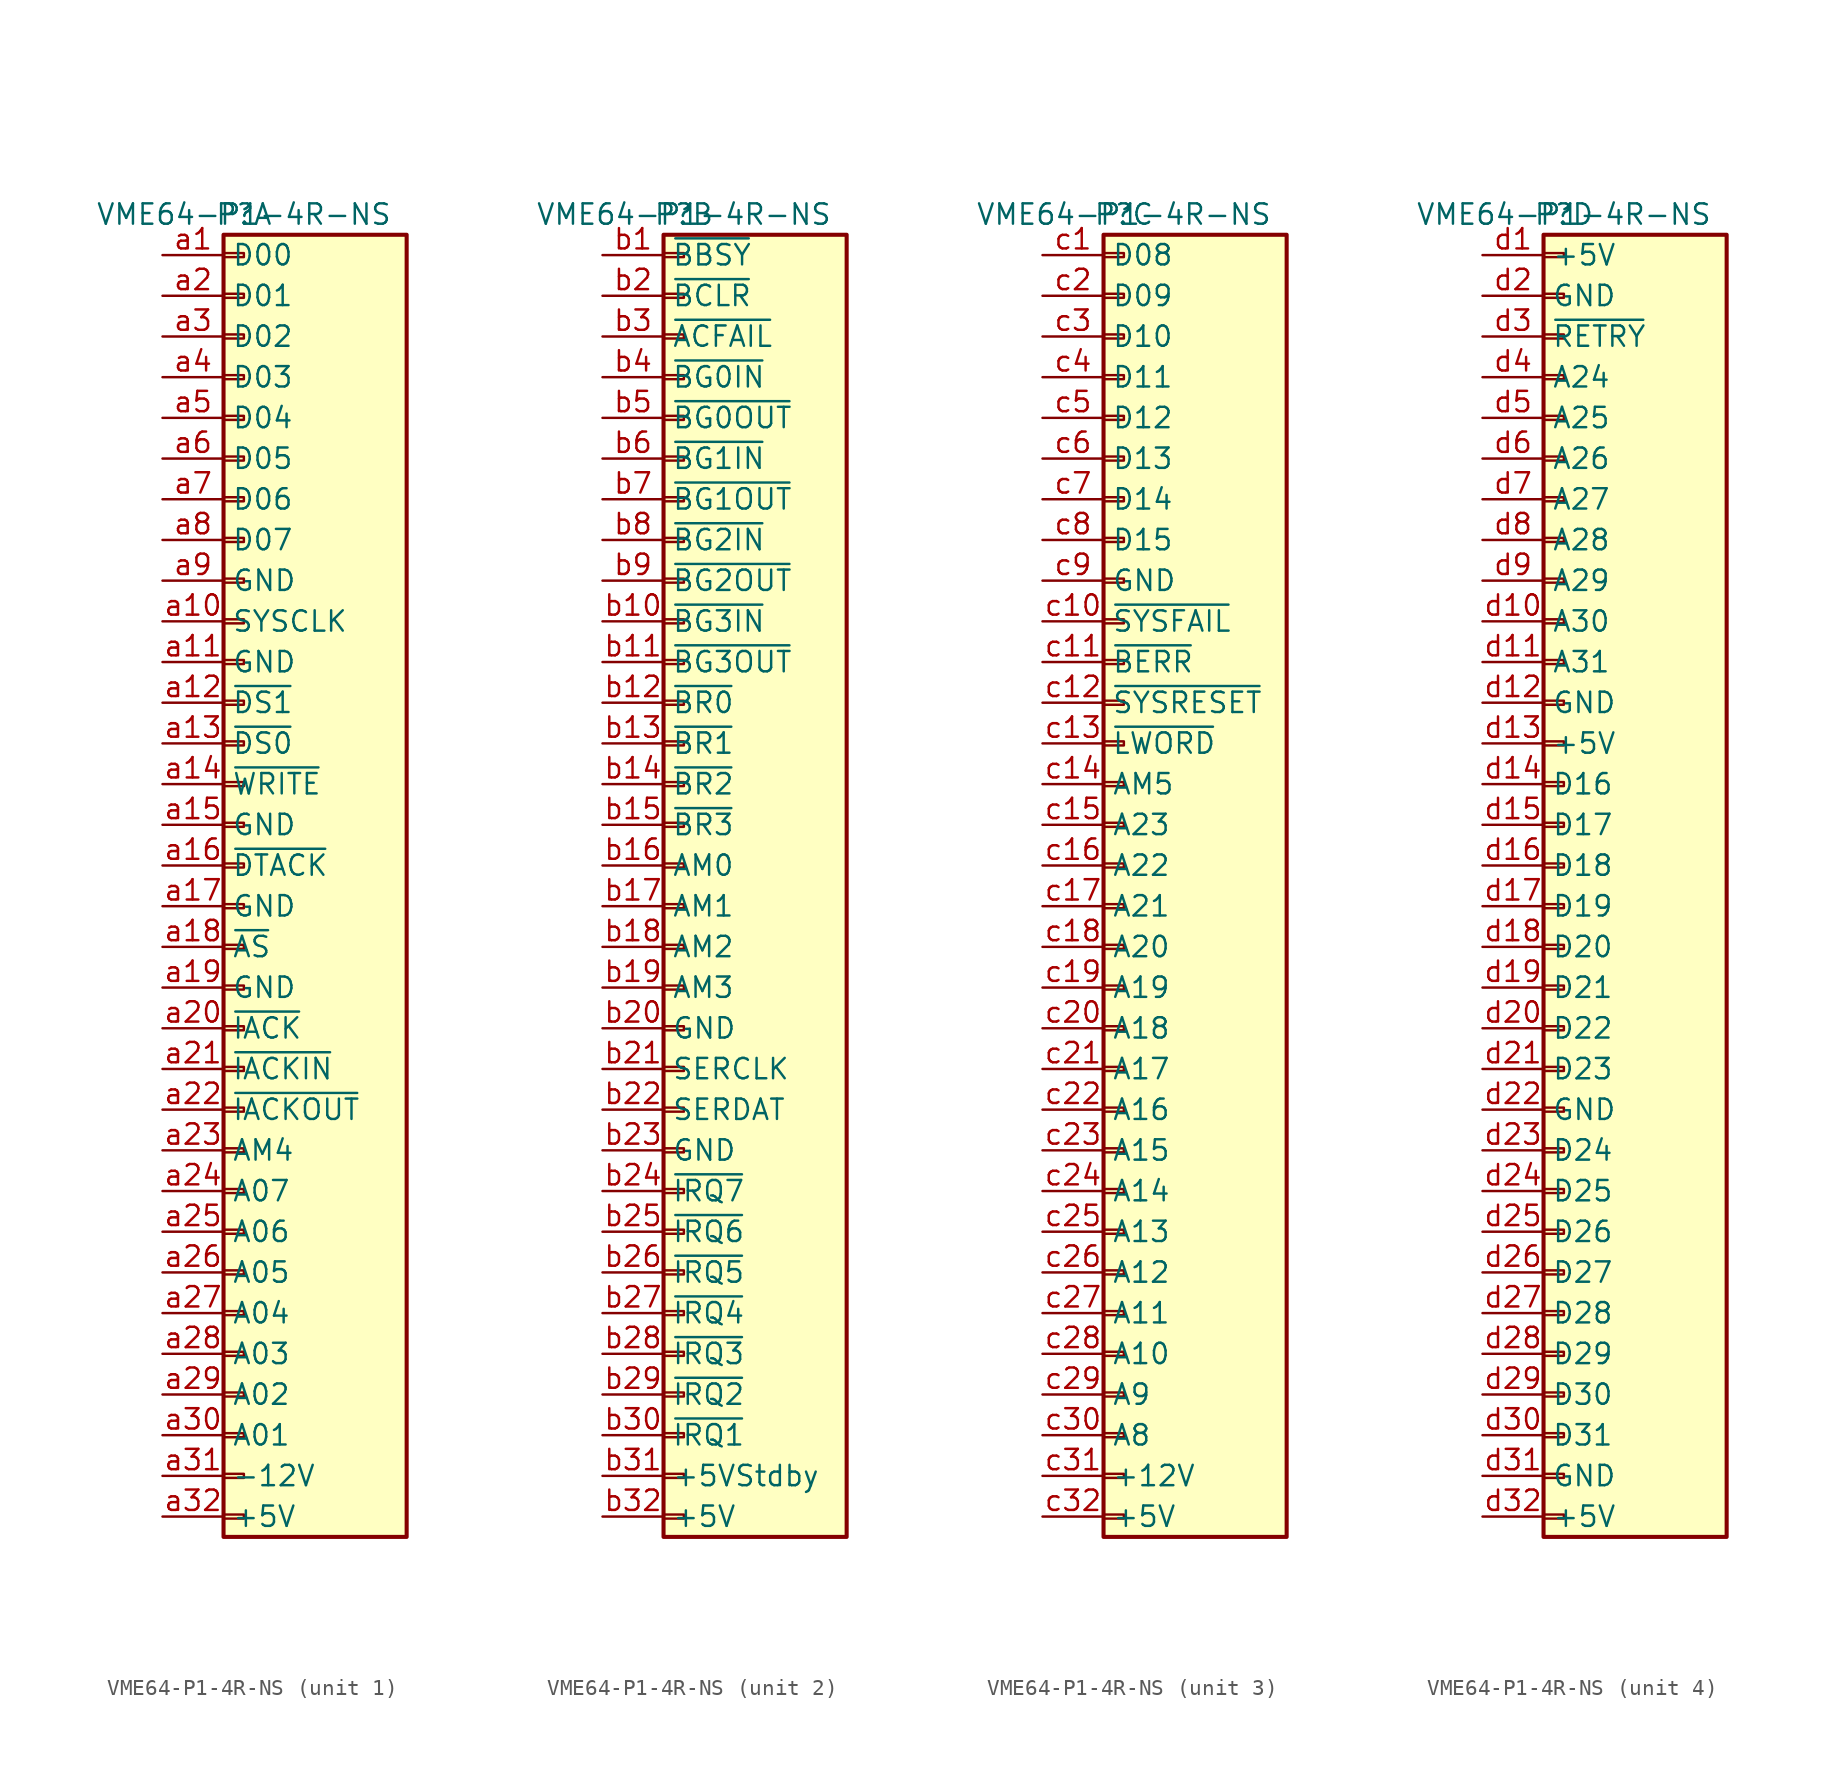
<source format=kicad_sym>
(kicad_symbol_lib
  (version 20231120)
  (generator "kicad_symbol_editor")
  (generator_version "8.0")
  (symbol "VME64-P1-4R-NS"
    (property "Reference" "P"
      (at 0 40.64 0)
      (effects (font (size 1.27 1.27))))
    (property "Value" "VME64-P1-4R-NS"
      (at 0 40.64 0)
      (effects (font (size 1.27 1.27))))
    (property "ki_locked" ""
      (at 0 0 0)
      (effects (font (size 1.27 1.27))))
    (symbol "VME64-P1-4R-NS_1_1"
      (rectangle (start -1.27 -40.513) (end 0 -40.767) (stroke (width 0.152) (type default)) (fill (type none)))
      (rectangle (start -1.27 -37.973) (end 0 -38.227) (stroke (width 0.152) (type default)) (fill (type none)))
      (rectangle (start -1.27 -35.433) (end 0 -35.687) (stroke (width 0.152) (type default)) (fill (type none)))
      (rectangle (start -1.27 -32.893) (end 0 -33.147) (stroke (width 0.152) (type default)) (fill (type none)))
      (rectangle (start -1.27 -30.353) (end 0 -30.607) (stroke (width 0.152) (type default)) (fill (type none)))
      (rectangle (start -1.27 -27.813) (end 0 -28.067) (stroke (width 0.152) (type default)) (fill (type none)))
      (rectangle (start -1.27 -25.273) (end 0 -25.527) (stroke (width 0.152) (type default)) (fill (type none)))
      (rectangle (start -1.27 -22.733) (end 0 -22.987) (stroke (width 0.152) (type default)) (fill (type none)))
      (rectangle (start -1.27 -20.193) (end 0 -20.447) (stroke (width 0.152) (type default)) (fill (type none)))
      (rectangle (start -1.27 -17.653) (end 0 -17.907) (stroke (width 0.152) (type default)) (fill (type none)))
      (rectangle (start -1.27 -15.113) (end 0 -15.367) (stroke (width 0.152) (type default)) (fill (type none)))
      (rectangle (start -1.27 -12.573) (end 0 -12.827) (stroke (width 0.152) (type default)) (fill (type none)))
      (rectangle (start -1.27 -10.033) (end 0 -10.287) (stroke (width 0.152) (type default)) (fill (type none)))
      (rectangle (start -1.27 -7.493) (end 0 -7.747) (stroke (width 0.152) (type default)) (fill (type none)))
      (rectangle (start -1.27 -4.953) (end 0 -5.207) (stroke (width 0.152) (type default)) (fill (type none)))
      (rectangle (start -1.27 -2.413) (end 0 -2.667) (stroke (width 0.152) (type default)) (fill (type none)))
      (rectangle (start -1.27 0.127) (end 0 -0.127) (stroke (width 0.152) (type default)) (fill (type none)))
      (rectangle (start -1.27 2.667) (end 0 2.413) (stroke (width 0.152) (type default)) (fill (type none)))
      (rectangle (start -1.27 5.207) (end 0 4.953) (stroke (width 0.152) (type default)) (fill (type none)))
      (rectangle (start -1.27 7.747) (end 0 7.493) (stroke (width 0.152) (type default)) (fill (type none)))
      (rectangle (start -1.27 10.287) (end 0 10.033) (stroke (width 0.152) (type default)) (fill (type none)))
      (rectangle (start -1.27 12.827) (end 0 12.573) (stroke (width 0.152) (type default)) (fill (type none)))
      (rectangle (start -1.27 15.367) (end 0 15.113) (stroke (width 0.152) (type default)) (fill (type none)))
      (rectangle (start -1.27 17.907) (end 0 17.653) (stroke (width 0.152) (type default)) (fill (type none)))
      (rectangle (start -1.27 20.447) (end 0 20.193) (stroke (width 0.152) (type default)) (fill (type none)))
      (rectangle (start -1.27 22.987) (end 0 22.733) (stroke (width 0.152) (type default)) (fill (type none)))
      (rectangle (start -1.27 25.527) (end 0 25.273) (stroke (width 0.152) (type default)) (fill (type none)))
      (rectangle (start -1.27 28.067) (end 0 27.813) (stroke (width 0.152) (type default)) (fill (type none)))
      (rectangle (start -1.27 30.607) (end 0 30.353) (stroke (width 0.152) (type default)) (fill (type none)))
      (rectangle (start -1.27 33.147) (end 0 32.893) (stroke (width 0.152) (type default)) (fill (type none)))
      (rectangle (start -1.27 35.687) (end 0 35.433) (stroke (width 0.152) (type default)) (fill (type none)))
      (rectangle (start -1.27 38.227) (end 0 37.973) (stroke (width 0.152) (type default)) (fill (type none)))
      (rectangle (start -1.27 39.37) (end 10.16 -41.91) (stroke (width 0.254) (type default)) (fill (type background)))
      (pin bidirectional line (at -5.08 38.1 0) (length 3.81) (name "D00" (effects (font (size 1.27 1.27)))) (number "a1" (effects (font (size 1.27 1.27)))))
      (pin output line (at -5.08 15.24 0) (length 3.81) (name "SYSCLK" (effects (font (size 1.27 1.27)))) (number "a10" (effects (font (size 1.27 1.27)))))
      (pin power_in line (at -5.08 12.7 0) (length 3.81) (name "GND" (effects (font (size 1.27 1.27)))) (number "a11" (effects (font (size 1.27 1.27)))))
      (pin bidirectional line (at -5.08 10.16 0) (length 3.81) (name "~{DS1}" (effects (font (size 1.27 1.27)))) (number "a12" (effects (font (size 1.27 1.27)))))
      (pin bidirectional line (at -5.08 7.62 0) (length 3.81) (name "~{DS0}" (effects (font (size 1.27 1.27)))) (number "a13" (effects (font (size 1.27 1.27)))))
      (pin bidirectional line (at -5.08 5.08 0) (length 3.81) (name "~{WRITE}" (effects (font (size 1.27 1.27)))) (number "a14" (effects (font (size 1.27 1.27)))))
      (pin power_in line (at -5.08 2.54 0) (length 3.81) (name "GND" (effects (font (size 1.27 1.27)))) (number "a15" (effects (font (size 1.27 1.27)))))
      (pin bidirectional line (at -5.08 0 0) (length 3.81) (name "~{DTACK}" (effects (font (size 1.27 1.27)))) (number "a16" (effects (font (size 1.27 1.27)))))
      (pin power_in line (at -5.08 -2.54 0) (length 3.81) (name "GND" (effects (font (size 1.27 1.27)))) (number "a17" (effects (font (size 1.27 1.27)))))
      (pin bidirectional line (at -5.08 -5.08 0) (length 3.81) (name "~{AS}" (effects (font (size 1.27 1.27)))) (number "a18" (effects (font (size 1.27 1.27)))))
      (pin power_in line (at -5.08 -7.62 0) (length 3.81) (name "GND" (effects (font (size 1.27 1.27)))) (number "a19" (effects (font (size 1.27 1.27)))))
      (pin bidirectional line (at -5.08 35.56 0) (length 3.81) (name "D01" (effects (font (size 1.27 1.27)))) (number "a2" (effects (font (size 1.27 1.27)))))
      (pin bidirectional line (at -5.08 -10.16 0) (length 3.81) (name "~{IACK}" (effects (font (size 1.27 1.27)))) (number "a20" (effects (font (size 1.27 1.27)))))
      (pin input line (at -5.08 -12.7 0) (length 3.81) (name "~{IACKIN}" (effects (font (size 1.27 1.27)))) (number "a21" (effects (font (size 1.27 1.27)))))
      (pin output line (at -5.08 -15.24 0) (length 3.81) (name "~{IACKOUT}" (effects (font (size 1.27 1.27)))) (number "a22" (effects (font (size 1.27 1.27)))))
      (pin bidirectional line (at -5.08 -17.78 0) (length 3.81) (name "AM4" (effects (font (size 1.27 1.27)))) (number "a23" (effects (font (size 1.27 1.27)))))
      (pin bidirectional line (at -5.08 -20.32 0) (length 3.81) (name "A07" (effects (font (size 1.27 1.27)))) (number "a24" (effects (font (size 1.27 1.27)))))
      (pin bidirectional line (at -5.08 -22.86 0) (length 3.81) (name "A06" (effects (font (size 1.27 1.27)))) (number "a25" (effects (font (size 1.27 1.27)))))
      (pin bidirectional line (at -5.08 -25.4 0) (length 3.81) (name "A05" (effects (font (size 1.27 1.27)))) (number "a26" (effects (font (size 1.27 1.27)))))
      (pin bidirectional line (at -5.08 -27.94 0) (length 3.81) (name "A04" (effects (font (size 1.27 1.27)))) (number "a27" (effects (font (size 1.27 1.27)))))
      (pin bidirectional line (at -5.08 -30.48 0) (length 3.81) (name "A03" (effects (font (size 1.27 1.27)))) (number "a28" (effects (font (size 1.27 1.27)))))
      (pin bidirectional line (at -5.08 -33.02 0) (length 3.81) (name "A02" (effects (font (size 1.27 1.27)))) (number "a29" (effects (font (size 1.27 1.27)))))
      (pin bidirectional line (at -5.08 33.02 0) (length 3.81) (name "D02" (effects (font (size 1.27 1.27)))) (number "a3" (effects (font (size 1.27 1.27)))))
      (pin bidirectional line (at -5.08 -35.56 0) (length 3.81) (name "A01" (effects (font (size 1.27 1.27)))) (number "a30" (effects (font (size 1.27 1.27)))))
      (pin power_in line (at -5.08 -38.1 0) (length 3.81) (name "-12V" (effects (font (size 1.27 1.27)))) (number "a31" (effects (font (size 1.27 1.27)))))
      (pin power_in line (at -5.08 -40.64 0) (length 3.81) (name "+5V" (effects (font (size 1.27 1.27)))) (number "a32" (effects (font (size 1.27 1.27)))))
      (pin bidirectional line (at -5.08 30.48 0) (length 3.81) (name "D03" (effects (font (size 1.27 1.27)))) (number "a4" (effects (font (size 1.27 1.27)))))
      (pin bidirectional line (at -5.08 27.94 0) (length 3.81) (name "D04" (effects (font (size 1.27 1.27)))) (number "a5" (effects (font (size 1.27 1.27)))))
      (pin bidirectional line (at -5.08 25.4 0) (length 3.81) (name "D05" (effects (font (size 1.27 1.27)))) (number "a6" (effects (font (size 1.27 1.27)))))
      (pin bidirectional line (at -5.08 22.86 0) (length 3.81) (name "D06" (effects (font (size 1.27 1.27)))) (number "a7" (effects (font (size 1.27 1.27)))))
      (pin bidirectional line (at -5.08 20.32 0) (length 3.81) (name "D07" (effects (font (size 1.27 1.27)))) (number "a8" (effects (font (size 1.27 1.27)))))
      (pin power_in line (at -5.08 17.78 0) (length 3.81) (name "GND" (effects (font (size 1.27 1.27)))) (number "a9" (effects (font (size 1.27 1.27))))))
    (symbol "VME64-P1-4R-NS_2_1"
      (rectangle (start -1.27 -40.513) (end 0 -40.767) (stroke (width 0.152) (type default)) (fill (type none)))
      (rectangle (start -1.27 -37.973) (end 0 -38.227) (stroke (width 0.152) (type default)) (fill (type none)))
      (rectangle (start -1.27 -35.433) (end 0 -35.687) (stroke (width 0.152) (type default)) (fill (type none)))
      (rectangle (start -1.27 -32.893) (end 0 -33.147) (stroke (width 0.152) (type default)) (fill (type none)))
      (rectangle (start -1.27 -30.353) (end 0 -30.607) (stroke (width 0.152) (type default)) (fill (type none)))
      (rectangle (start -1.27 -27.813) (end 0 -28.067) (stroke (width 0.152) (type default)) (fill (type none)))
      (rectangle (start -1.27 -25.273) (end 0 -25.527) (stroke (width 0.152) (type default)) (fill (type none)))
      (rectangle (start -1.27 -22.733) (end 0 -22.987) (stroke (width 0.152) (type default)) (fill (type none)))
      (rectangle (start -1.27 -20.193) (end 0 -20.447) (stroke (width 0.152) (type default)) (fill (type none)))
      (rectangle (start -1.27 -17.653) (end 0 -17.907) (stroke (width 0.152) (type default)) (fill (type none)))
      (rectangle (start -1.27 -15.113) (end 0 -15.367) (stroke (width 0.152) (type default)) (fill (type none)))
      (rectangle (start -1.27 -12.573) (end 0 -12.827) (stroke (width 0.152) (type default)) (fill (type none)))
      (rectangle (start -1.27 -10.033) (end 0 -10.287) (stroke (width 0.152) (type default)) (fill (type none)))
      (rectangle (start -1.27 -7.493) (end 0 -7.747) (stroke (width 0.152) (type default)) (fill (type none)))
      (rectangle (start -1.27 -4.953) (end 0 -5.207) (stroke (width 0.152) (type default)) (fill (type none)))
      (rectangle (start -1.27 -2.413) (end 0 -2.667) (stroke (width 0.152) (type default)) (fill (type none)))
      (rectangle (start -1.27 0.127) (end 0 -0.127) (stroke (width 0.152) (type default)) (fill (type none)))
      (rectangle (start -1.27 2.667) (end 0 2.413) (stroke (width 0.152) (type default)) (fill (type none)))
      (rectangle (start -1.27 5.207) (end 0 4.953) (stroke (width 0.152) (type default)) (fill (type none)))
      (rectangle (start -1.27 7.747) (end 0 7.493) (stroke (width 0.152) (type default)) (fill (type none)))
      (rectangle (start -1.27 10.287) (end 0 10.033) (stroke (width 0.152) (type default)) (fill (type none)))
      (rectangle (start -1.27 12.827) (end 0 12.573) (stroke (width 0.152) (type default)) (fill (type none)))
      (rectangle (start -1.27 15.367) (end 0 15.113) (stroke (width 0.152) (type default)) (fill (type none)))
      (rectangle (start -1.27 17.907) (end 0 17.653) (stroke (width 0.152) (type default)) (fill (type none)))
      (rectangle (start -1.27 20.447) (end 0 20.193) (stroke (width 0.152) (type default)) (fill (type none)))
      (rectangle (start -1.27 22.987) (end 0 22.733) (stroke (width 0.152) (type default)) (fill (type none)))
      (rectangle (start -1.27 25.527) (end 0 25.273) (stroke (width 0.152) (type default)) (fill (type none)))
      (rectangle (start -1.27 28.067) (end 0 27.813) (stroke (width 0.152) (type default)) (fill (type none)))
      (rectangle (start -1.27 30.607) (end 0 30.353) (stroke (width 0.152) (type default)) (fill (type none)))
      (rectangle (start -1.27 33.147) (end 0 32.893) (stroke (width 0.152) (type default)) (fill (type none)))
      (rectangle (start -1.27 35.687) (end 0 35.433) (stroke (width 0.152) (type default)) (fill (type none)))
      (rectangle (start -1.27 38.227) (end 0 37.973) (stroke (width 0.152) (type default)) (fill (type none)))
      (rectangle (start -1.27 39.37) (end 10.16 -41.91) (stroke (width 0.254) (type default)) (fill (type background)))
      (pin bidirectional line (at -5.08 38.1 0) (length 3.81) (name "~{BBSY}" (effects (font (size 1.27 1.27)))) (number "b1" (effects (font (size 1.27 1.27)))))
      (pin input line (at -5.08 15.24 0) (length 3.81) (name "~{BG3IN}" (effects (font (size 1.27 1.27)))) (number "b10" (effects (font (size 1.27 1.27)))))
      (pin output line (at -5.08 12.7 0) (length 3.81) (name "~{BG3OUT}" (effects (font (size 1.27 1.27)))) (number "b11" (effects (font (size 1.27 1.27)))))
      (pin bidirectional line (at -5.08 10.16 0) (length 3.81) (name "~{BR0}" (effects (font (size 1.27 1.27)))) (number "b12" (effects (font (size 1.27 1.27)))))
      (pin bidirectional line (at -5.08 7.62 0) (length 3.81) (name "~{BR1}" (effects (font (size 1.27 1.27)))) (number "b13" (effects (font (size 1.27 1.27)))))
      (pin bidirectional line (at -5.08 5.08 0) (length 3.81) (name "~{BR2}" (effects (font (size 1.27 1.27)))) (number "b14" (effects (font (size 1.27 1.27)))))
      (pin bidirectional line (at -5.08 2.54 0) (length 3.81) (name "~{BR3}" (effects (font (size 1.27 1.27)))) (number "b15" (effects (font (size 1.27 1.27)))))
      (pin bidirectional line (at -5.08 0 0) (length 3.81) (name "AM0" (effects (font (size 1.27 1.27)))) (number "b16" (effects (font (size 1.27 1.27)))))
      (pin bidirectional line (at -5.08 -2.54 0) (length 3.81) (name "AM1" (effects (font (size 1.27 1.27)))) (number "b17" (effects (font (size 1.27 1.27)))))
      (pin bidirectional line (at -5.08 -5.08 0) (length 3.81) (name "AM2" (effects (font (size 1.27 1.27)))) (number "b18" (effects (font (size 1.27 1.27)))))
      (pin bidirectional line (at -5.08 -7.62 0) (length 3.81) (name "AM3" (effects (font (size 1.27 1.27)))) (number "b19" (effects (font (size 1.27 1.27)))))
      (pin bidirectional line (at -5.08 35.56 0) (length 3.81) (name "~{BCLR}" (effects (font (size 1.27 1.27)))) (number "b2" (effects (font (size 1.27 1.27)))))
      (pin power_in line (at -5.08 -10.16 0) (length 3.81) (name "GND" (effects (font (size 1.27 1.27)))) (number "b20" (effects (font (size 1.27 1.27)))))
      (pin bidirectional line (at -5.08 -12.7 0) (length 3.81) (name "SERCLK" (effects (font (size 1.27 1.27)))) (number "b21" (effects (font (size 1.27 1.27)))))
      (pin bidirectional line (at -5.08 -15.24 0) (length 3.81) (name "SERDAT" (effects (font (size 1.27 1.27)))) (number "b22" (effects (font (size 1.27 1.27)))))
      (pin power_in line (at -5.08 -17.78 0) (length 3.81) (name "GND" (effects (font (size 1.27 1.27)))) (number "b23" (effects (font (size 1.27 1.27)))))
      (pin bidirectional line (at -5.08 -20.32 0) (length 3.81) (name "~{IRQ7}" (effects (font (size 1.27 1.27)))) (number "b24" (effects (font (size 1.27 1.27)))))
      (pin bidirectional line (at -5.08 -22.86 0) (length 3.81) (name "~{IRQ6}" (effects (font (size 1.27 1.27)))) (number "b25" (effects (font (size 1.27 1.27)))))
      (pin bidirectional line (at -5.08 -25.4 0) (length 3.81) (name "~{IRQ5}" (effects (font (size 1.27 1.27)))) (number "b26" (effects (font (size 1.27 1.27)))))
      (pin bidirectional line (at -5.08 -27.94 0) (length 3.81) (name "~{IRQ4}" (effects (font (size 1.27 1.27)))) (number "b27" (effects (font (size 1.27 1.27)))))
      (pin bidirectional line (at -5.08 -30.48 0) (length 3.81) (name "~{IRQ3}" (effects (font (size 1.27 1.27)))) (number "b28" (effects (font (size 1.27 1.27)))))
      (pin bidirectional line (at -5.08 -33.02 0) (length 3.81) (name "~{IRQ2}" (effects (font (size 1.27 1.27)))) (number "b29" (effects (font (size 1.27 1.27)))))
      (pin output line (at -5.08 33.02 0) (length 3.81) (name "~{ACFAIL}" (effects (font (size 1.27 1.27)))) (number "b3" (effects (font (size 1.27 1.27)))))
      (pin bidirectional line (at -5.08 -35.56 0) (length 3.81) (name "~{IRQ1}" (effects (font (size 1.27 1.27)))) (number "b30" (effects (font (size 1.27 1.27)))))
      (pin power_in line (at -5.08 -38.1 0) (length 3.81) (name "+5VStdby" (effects (font (size 1.27 1.27)))) (number "b31" (effects (font (size 1.27 1.27)))))
      (pin power_in line (at -5.08 -40.64 0) (length 3.81) (name "+5V" (effects (font (size 1.27 1.27)))) (number "b32" (effects (font (size 1.27 1.27)))))
      (pin input line (at -5.08 30.48 0) (length 3.81) (name "~{BG0IN}" (effects (font (size 1.27 1.27)))) (number "b4" (effects (font (size 1.27 1.27)))))
      (pin output line (at -5.08 27.94 0) (length 3.81) (name "~{BG0OUT}" (effects (font (size 1.27 1.27)))) (number "b5" (effects (font (size 1.27 1.27)))))
      (pin input line (at -5.08 25.4 0) (length 3.81) (name "~{BG1IN}" (effects (font (size 1.27 1.27)))) (number "b6" (effects (font (size 1.27 1.27)))))
      (pin output line (at -5.08 22.86 0) (length 3.81) (name "~{BG1OUT}" (effects (font (size 1.27 1.27)))) (number "b7" (effects (font (size 1.27 1.27)))))
      (pin input line (at -5.08 20.32 0) (length 3.81) (name "~{BG2IN}" (effects (font (size 1.27 1.27)))) (number "b8" (effects (font (size 1.27 1.27)))))
      (pin output line (at -5.08 17.78 0) (length 3.81) (name "~{BG2OUT}" (effects (font (size 1.27 1.27)))) (number "b9" (effects (font (size 1.27 1.27))))))
    (symbol "VME64-P1-4R-NS_3_1"
      (rectangle (start -1.27 -40.513) (end 0 -40.767) (stroke (width 0.152) (type default)) (fill (type none)))
      (rectangle (start -1.27 -37.973) (end 0 -38.227) (stroke (width 0.152) (type default)) (fill (type none)))
      (rectangle (start -1.27 -35.433) (end 0 -35.687) (stroke (width 0.152) (type default)) (fill (type none)))
      (rectangle (start -1.27 -32.893) (end 0 -33.147) (stroke (width 0.152) (type default)) (fill (type none)))
      (rectangle (start -1.27 -30.353) (end 0 -30.607) (stroke (width 0.152) (type default)) (fill (type none)))
      (rectangle (start -1.27 -27.813) (end 0 -28.067) (stroke (width 0.152) (type default)) (fill (type none)))
      (rectangle (start -1.27 -25.273) (end 0 -25.527) (stroke (width 0.152) (type default)) (fill (type none)))
      (rectangle (start -1.27 -22.733) (end 0 -22.987) (stroke (width 0.152) (type default)) (fill (type none)))
      (rectangle (start -1.27 -20.193) (end 0 -20.447) (stroke (width 0.152) (type default)) (fill (type none)))
      (rectangle (start -1.27 -17.653) (end 0 -17.907) (stroke (width 0.152) (type default)) (fill (type none)))
      (rectangle (start -1.27 -15.113) (end 0 -15.367) (stroke (width 0.152) (type default)) (fill (type none)))
      (rectangle (start -1.27 -12.573) (end 0 -12.827) (stroke (width 0.152) (type default)) (fill (type none)))
      (rectangle (start -1.27 -10.033) (end 0 -10.287) (stroke (width 0.152) (type default)) (fill (type none)))
      (rectangle (start -1.27 -7.493) (end 0 -7.747) (stroke (width 0.152) (type default)) (fill (type none)))
      (rectangle (start -1.27 -4.953) (end 0 -5.207) (stroke (width 0.152) (type default)) (fill (type none)))
      (rectangle (start -1.27 -2.413) (end 0 -2.667) (stroke (width 0.152) (type default)) (fill (type none)))
      (rectangle (start -1.27 0.127) (end 0 -0.127) (stroke (width 0.152) (type default)) (fill (type none)))
      (rectangle (start -1.27 2.667) (end 0 2.413) (stroke (width 0.152) (type default)) (fill (type none)))
      (rectangle (start -1.27 5.207) (end 0 4.953) (stroke (width 0.152) (type default)) (fill (type none)))
      (rectangle (start -1.27 7.747) (end 0 7.493) (stroke (width 0.152) (type default)) (fill (type none)))
      (rectangle (start -1.27 10.287) (end 0 10.033) (stroke (width 0.152) (type default)) (fill (type none)))
      (rectangle (start -1.27 12.827) (end 0 12.573) (stroke (width 0.152) (type default)) (fill (type none)))
      (rectangle (start -1.27 15.367) (end 0 15.113) (stroke (width 0.152) (type default)) (fill (type none)))
      (rectangle (start -1.27 17.907) (end 0 17.653) (stroke (width 0.152) (type default)) (fill (type none)))
      (rectangle (start -1.27 20.447) (end 0 20.193) (stroke (width 0.152) (type default)) (fill (type none)))
      (rectangle (start -1.27 22.987) (end 0 22.733) (stroke (width 0.152) (type default)) (fill (type none)))
      (rectangle (start -1.27 25.527) (end 0 25.273) (stroke (width 0.152) (type default)) (fill (type none)))
      (rectangle (start -1.27 28.067) (end 0 27.813) (stroke (width 0.152) (type default)) (fill (type none)))
      (rectangle (start -1.27 30.607) (end 0 30.353) (stroke (width 0.152) (type default)) (fill (type none)))
      (rectangle (start -1.27 33.147) (end 0 32.893) (stroke (width 0.152) (type default)) (fill (type none)))
      (rectangle (start -1.27 35.687) (end 0 35.433) (stroke (width 0.152) (type default)) (fill (type none)))
      (rectangle (start -1.27 38.227) (end 0 37.973) (stroke (width 0.152) (type default)) (fill (type none)))
      (rectangle (start -1.27 39.37) (end 10.16 -41.91) (stroke (width 0.254) (type default)) (fill (type background)))
      (pin bidirectional line (at -5.08 38.1 0) (length 3.81) (name "D08" (effects (font (size 1.27 1.27)))) (number "c1" (effects (font (size 1.27 1.27)))))
      (pin bidirectional line (at -5.08 15.24 0) (length 3.81) (name "~{SYSFAIL}" (effects (font (size 1.27 1.27)))) (number "c10" (effects (font (size 1.27 1.27)))))
      (pin bidirectional line (at -5.08 12.7 0) (length 3.81) (name "~{BERR}" (effects (font (size 1.27 1.27)))) (number "c11" (effects (font (size 1.27 1.27)))))
      (pin bidirectional line (at -5.08 10.16 0) (length 3.81) (name "~{SYSRESET}" (effects (font (size 1.27 1.27)))) (number "c12" (effects (font (size 1.27 1.27)))))
      (pin bidirectional line (at -5.08 7.62 0) (length 3.81) (name "~{LWORD}" (effects (font (size 1.27 1.27)))) (number "c13" (effects (font (size 1.27 1.27)))))
      (pin bidirectional line (at -5.08 5.08 0) (length 3.81) (name "AM5" (effects (font (size 1.27 1.27)))) (number "c14" (effects (font (size 1.27 1.27)))))
      (pin bidirectional line (at -5.08 2.54 0) (length 3.81) (name "A23" (effects (font (size 1.27 1.27)))) (number "c15" (effects (font (size 1.27 1.27)))))
      (pin bidirectional line (at -5.08 0 0) (length 3.81) (name "A22" (effects (font (size 1.27 1.27)))) (number "c16" (effects (font (size 1.27 1.27)))))
      (pin bidirectional line (at -5.08 -2.54 0) (length 3.81) (name "A21" (effects (font (size 1.27 1.27)))) (number "c17" (effects (font (size 1.27 1.27)))))
      (pin bidirectional line (at -5.08 -5.08 0) (length 3.81) (name "A20" (effects (font (size 1.27 1.27)))) (number "c18" (effects (font (size 1.27 1.27)))))
      (pin bidirectional line (at -5.08 -7.62 0) (length 3.81) (name "A19" (effects (font (size 1.27 1.27)))) (number "c19" (effects (font (size 1.27 1.27)))))
      (pin bidirectional line (at -5.08 35.56 0) (length 3.81) (name "D09" (effects (font (size 1.27 1.27)))) (number "c2" (effects (font (size 1.27 1.27)))))
      (pin bidirectional line (at -5.08 -10.16 0) (length 3.81) (name "A18" (effects (font (size 1.27 1.27)))) (number "c20" (effects (font (size 1.27 1.27)))))
      (pin bidirectional line (at -5.08 -12.7 0) (length 3.81) (name "A17" (effects (font (size 1.27 1.27)))) (number "c21" (effects (font (size 1.27 1.27)))))
      (pin bidirectional line (at -5.08 -15.24 0) (length 3.81) (name "A16" (effects (font (size 1.27 1.27)))) (number "c22" (effects (font (size 1.27 1.27)))))
      (pin bidirectional line (at -5.08 -17.78 0) (length 3.81) (name "A15" (effects (font (size 1.27 1.27)))) (number "c23" (effects (font (size 1.27 1.27)))))
      (pin bidirectional line (at -5.08 -20.32 0) (length 3.81) (name "A14" (effects (font (size 1.27 1.27)))) (number "c24" (effects (font (size 1.27 1.27)))))
      (pin bidirectional line (at -5.08 -22.86 0) (length 3.81) (name "A13" (effects (font (size 1.27 1.27)))) (number "c25" (effects (font (size 1.27 1.27)))))
      (pin bidirectional line (at -5.08 -25.4 0) (length 3.81) (name "A12" (effects (font (size 1.27 1.27)))) (number "c26" (effects (font (size 1.27 1.27)))))
      (pin bidirectional line (at -5.08 -27.94 0) (length 3.81) (name "A11" (effects (font (size 1.27 1.27)))) (number "c27" (effects (font (size 1.27 1.27)))))
      (pin bidirectional line (at -5.08 -30.48 0) (length 3.81) (name "A10" (effects (font (size 1.27 1.27)))) (number "c28" (effects (font (size 1.27 1.27)))))
      (pin bidirectional line (at -5.08 -33.02 0) (length 3.81) (name "A9" (effects (font (size 1.27 1.27)))) (number "c29" (effects (font (size 1.27 1.27)))))
      (pin bidirectional line (at -5.08 33.02 0) (length 3.81) (name "D10" (effects (font (size 1.27 1.27)))) (number "c3" (effects (font (size 1.27 1.27)))))
      (pin bidirectional line (at -5.08 -35.56 0) (length 3.81) (name "A8" (effects (font (size 1.27 1.27)))) (number "c30" (effects (font (size 1.27 1.27)))))
      (pin power_in line (at -5.08 -38.1 0) (length 3.81) (name "+12V" (effects (font (size 1.27 1.27)))) (number "c31" (effects (font (size 1.27 1.27)))))
      (pin power_in line (at -5.08 -40.64 0) (length 3.81) (name "+5V" (effects (font (size 1.27 1.27)))) (number "c32" (effects (font (size 1.27 1.27)))))
      (pin bidirectional line (at -5.08 30.48 0) (length 3.81) (name "D11" (effects (font (size 1.27 1.27)))) (number "c4" (effects (font (size 1.27 1.27)))))
      (pin bidirectional line (at -5.08 27.94 0) (length 3.81) (name "D12" (effects (font (size 1.27 1.27)))) (number "c5" (effects (font (size 1.27 1.27)))))
      (pin bidirectional line (at -5.08 25.4 0) (length 3.81) (name "D13" (effects (font (size 1.27 1.27)))) (number "c6" (effects (font (size 1.27 1.27)))))
      (pin bidirectional line (at -5.08 22.86 0) (length 3.81) (name "D14" (effects (font (size 1.27 1.27)))) (number "c7" (effects (font (size 1.27 1.27)))))
      (pin bidirectional line (at -5.08 20.32 0) (length 3.81) (name "D15" (effects (font (size 1.27 1.27)))) (number "c8" (effects (font (size 1.27 1.27)))))
      (pin power_in line (at -5.08 17.78 0) (length 3.81) (name "GND" (effects (font (size 1.27 1.27)))) (number "c9" (effects (font (size 1.27 1.27))))))
    (symbol "VME64-P1-4R-NS_4_1"
      (rectangle (start -1.27 -40.513) (end 0 -40.767) (stroke (width 0.152) (type default)) (fill (type none)))
      (rectangle (start -1.27 -37.973) (end 0 -38.227) (stroke (width 0.152) (type default)) (fill (type none)))
      (rectangle (start -1.27 -35.433) (end 0 -35.687) (stroke (width 0.152) (type default)) (fill (type none)))
      (rectangle (start -1.27 -32.893) (end 0 -33.147) (stroke (width 0.152) (type default)) (fill (type none)))
      (rectangle (start -1.27 -30.353) (end 0 -30.607) (stroke (width 0.152) (type default)) (fill (type none)))
      (rectangle (start -1.27 -27.813) (end 0 -28.067) (stroke (width 0.152) (type default)) (fill (type none)))
      (rectangle (start -1.27 -25.273) (end 0 -25.527) (stroke (width 0.152) (type default)) (fill (type none)))
      (rectangle (start -1.27 -22.733) (end 0 -22.987) (stroke (width 0.152) (type default)) (fill (type none)))
      (rectangle (start -1.27 -20.193) (end 0 -20.447) (stroke (width 0.152) (type default)) (fill (type none)))
      (rectangle (start -1.27 -17.653) (end 0 -17.907) (stroke (width 0.152) (type default)) (fill (type none)))
      (rectangle (start -1.27 -15.113) (end 0 -15.367) (stroke (width 0.152) (type default)) (fill (type none)))
      (rectangle (start -1.27 -12.573) (end 0 -12.827) (stroke (width 0.152) (type default)) (fill (type none)))
      (rectangle (start -1.27 -10.033) (end 0 -10.287) (stroke (width 0.152) (type default)) (fill (type none)))
      (rectangle (start -1.27 -7.493) (end 0 -7.747) (stroke (width 0.152) (type default)) (fill (type none)))
      (rectangle (start -1.27 -4.953) (end 0 -5.207) (stroke (width 0.152) (type default)) (fill (type none)))
      (rectangle (start -1.27 -2.413) (end 0 -2.667) (stroke (width 0.152) (type default)) (fill (type none)))
      (rectangle (start -1.27 0.127) (end 0 -0.127) (stroke (width 0.152) (type default)) (fill (type none)))
      (rectangle (start -1.27 2.667) (end 0 2.413) (stroke (width 0.152) (type default)) (fill (type none)))
      (rectangle (start -1.27 5.207) (end 0 4.953) (stroke (width 0.152) (type default)) (fill (type none)))
      (rectangle (start -1.27 7.747) (end 0 7.493) (stroke (width 0.152) (type default)) (fill (type none)))
      (rectangle (start -1.27 10.287) (end 0 10.033) (stroke (width 0.152) (type default)) (fill (type none)))
      (rectangle (start -1.27 12.827) (end 0 12.573) (stroke (width 0.152) (type default)) (fill (type none)))
      (rectangle (start -1.27 15.367) (end 0 15.113) (stroke (width 0.152) (type default)) (fill (type none)))
      (rectangle (start -1.27 17.907) (end 0 17.653) (stroke (width 0.152) (type default)) (fill (type none)))
      (rectangle (start -1.27 20.447) (end 0 20.193) (stroke (width 0.152) (type default)) (fill (type none)))
      (rectangle (start -1.27 22.987) (end 0 22.733) (stroke (width 0.152) (type default)) (fill (type none)))
      (rectangle (start -1.27 25.527) (end 0 25.273) (stroke (width 0.152) (type default)) (fill (type none)))
      (rectangle (start -1.27 28.067) (end 0 27.813) (stroke (width 0.152) (type default)) (fill (type none)))
      (rectangle (start -1.27 30.607) (end 0 30.353) (stroke (width 0.152) (type default)) (fill (type none)))
      (rectangle (start -1.27 33.147) (end 0 32.893) (stroke (width 0.152) (type default)) (fill (type none)))
      (rectangle (start -1.27 35.687) (end 0 35.433) (stroke (width 0.152) (type default)) (fill (type none)))
      (rectangle (start -1.27 38.227) (end 0 37.973) (stroke (width 0.152) (type default)) (fill (type none)))
      (rectangle (start -1.27 39.37) (end 10.16 -41.91) (stroke (width 0.254) (type default)) (fill (type background)))
      (pin power_in line (at -5.08 38.1 0) (length 3.81) (name "+5V" (effects (font (size 1.27 1.27)))) (number "d1" (effects (font (size 1.27 1.27)))))
      (pin bidirectional line (at -5.08 15.24 0) (length 3.81) (name "A30" (effects (font (size 1.27 1.27)))) (number "d10" (effects (font (size 1.27 1.27)))))
      (pin bidirectional line (at -5.08 12.7 0) (length 3.81) (name "A31" (effects (font (size 1.27 1.27)))) (number "d11" (effects (font (size 1.27 1.27)))))
      (pin power_in line (at -5.08 10.16 0) (length 3.81) (name "GND" (effects (font (size 1.27 1.27)))) (number "d12" (effects (font (size 1.27 1.27)))))
      (pin power_in line (at -5.08 7.62 0) (length 3.81) (name "+5V" (effects (font (size 1.27 1.27)))) (number "d13" (effects (font (size 1.27 1.27)))))
      (pin bidirectional line (at -5.08 5.08 0) (length 3.81) (name "D16" (effects (font (size 1.27 1.27)))) (number "d14" (effects (font (size 1.27 1.27)))))
      (pin bidirectional line (at -5.08 2.54 0) (length 3.81) (name "D17" (effects (font (size 1.27 1.27)))) (number "d15" (effects (font (size 1.27 1.27)))))
      (pin bidirectional line (at -5.08 0 0) (length 3.81) (name "D18" (effects (font (size 1.27 1.27)))) (number "d16" (effects (font (size 1.27 1.27)))))
      (pin bidirectional line (at -5.08 -2.54 0) (length 3.81) (name "D19" (effects (font (size 1.27 1.27)))) (number "d17" (effects (font (size 1.27 1.27)))))
      (pin bidirectional line (at -5.08 -5.08 0) (length 3.81) (name "D20" (effects (font (size 1.27 1.27)))) (number "d18" (effects (font (size 1.27 1.27)))))
      (pin bidirectional line (at -5.08 -7.62 0) (length 3.81) (name "D21" (effects (font (size 1.27 1.27)))) (number "d19" (effects (font (size 1.27 1.27)))))
      (pin power_in line (at -5.08 35.56 0) (length 3.81) (name "GND" (effects (font (size 1.27 1.27)))) (number "d2" (effects (font (size 1.27 1.27)))))
      (pin bidirectional line (at -5.08 -10.16 0) (length 3.81) (name "D22" (effects (font (size 1.27 1.27)))) (number "d20" (effects (font (size 1.27 1.27)))))
      (pin bidirectional line (at -5.08 -12.7 0) (length 3.81) (name "D23" (effects (font (size 1.27 1.27)))) (number "d21" (effects (font (size 1.27 1.27)))))
      (pin power_in line (at -5.08 -15.24 0) (length 3.81) (name "GND" (effects (font (size 1.27 1.27)))) (number "d22" (effects (font (size 1.27 1.27)))))
      (pin bidirectional line (at -5.08 -17.78 0) (length 3.81) (name "D24" (effects (font (size 1.27 1.27)))) (number "d23" (effects (font (size 1.27 1.27)))))
      (pin bidirectional line (at -5.08 -20.32 0) (length 3.81) (name "D25" (effects (font (size 1.27 1.27)))) (number "d24" (effects (font (size 1.27 1.27)))))
      (pin bidirectional line (at -5.08 -22.86 0) (length 3.81) (name "D26" (effects (font (size 1.27 1.27)))) (number "d25" (effects (font (size 1.27 1.27)))))
      (pin bidirectional line (at -5.08 -25.4 0) (length 3.81) (name "D27" (effects (font (size 1.27 1.27)))) (number "d26" (effects (font (size 1.27 1.27)))))
      (pin bidirectional line (at -5.08 -27.94 0) (length 3.81) (name "D28" (effects (font (size 1.27 1.27)))) (number "d27" (effects (font (size 1.27 1.27)))))
      (pin bidirectional line (at -5.08 -30.48 0) (length 3.81) (name "D29" (effects (font (size 1.27 1.27)))) (number "d28" (effects (font (size 1.27 1.27)))))
      (pin bidirectional line (at -5.08 -33.02 0) (length 3.81) (name "D30" (effects (font (size 1.27 1.27)))) (number "d29" (effects (font (size 1.27 1.27)))))
      (pin bidirectional line (at -5.08 33.02 0) (length 3.81) (name "~{RETRY}" (effects (font (size 1.27 1.27)))) (number "d3" (effects (font (size 1.27 1.27)))))
      (pin bidirectional line (at -5.08 -35.56 0) (length 3.81) (name "D31" (effects (font (size 1.27 1.27)))) (number "d30" (effects (font (size 1.27 1.27)))))
      (pin power_in line (at -5.08 -38.1 0) (length 3.81) (name "GND" (effects (font (size 1.27 1.27)))) (number "d31" (effects (font (size 1.27 1.27)))))
      (pin power_in line (at -5.08 -40.64 0) (length 3.81) (name "+5V" (effects (font (size 1.27 1.27)))) (number "d32" (effects (font (size 1.27 1.27)))))
      (pin bidirectional line (at -5.08 30.48 0) (length 3.81) (name "A24" (effects (font (size 1.27 1.27)))) (number "d4" (effects (font (size 1.27 1.27)))))
      (pin bidirectional line (at -5.08 27.94 0) (length 3.81) (name "A25" (effects (font (size 1.27 1.27)))) (number "d5" (effects (font (size 1.27 1.27)))))
      (pin bidirectional line (at -5.08 25.4 0) (length 3.81) (name "A26" (effects (font (size 1.27 1.27)))) (number "d6" (effects (font (size 1.27 1.27)))))
      (pin bidirectional line (at -5.08 22.86 0) (length 3.81) (name "A27" (effects (font (size 1.27 1.27)))) (number "d7" (effects (font (size 1.27 1.27)))))
      (pin bidirectional line (at -5.08 20.32 0) (length 3.81) (name "A28" (effects (font (size 1.27 1.27)))) (number "d8" (effects (font (size 1.27 1.27)))))
      (pin bidirectional line (at -5.08 17.78 0) (length 3.81) (name "A29" (effects (font (size 1.27 1.27)))) (number "d9" (effects (font (size 1.27 1.27))))))))
</source>
